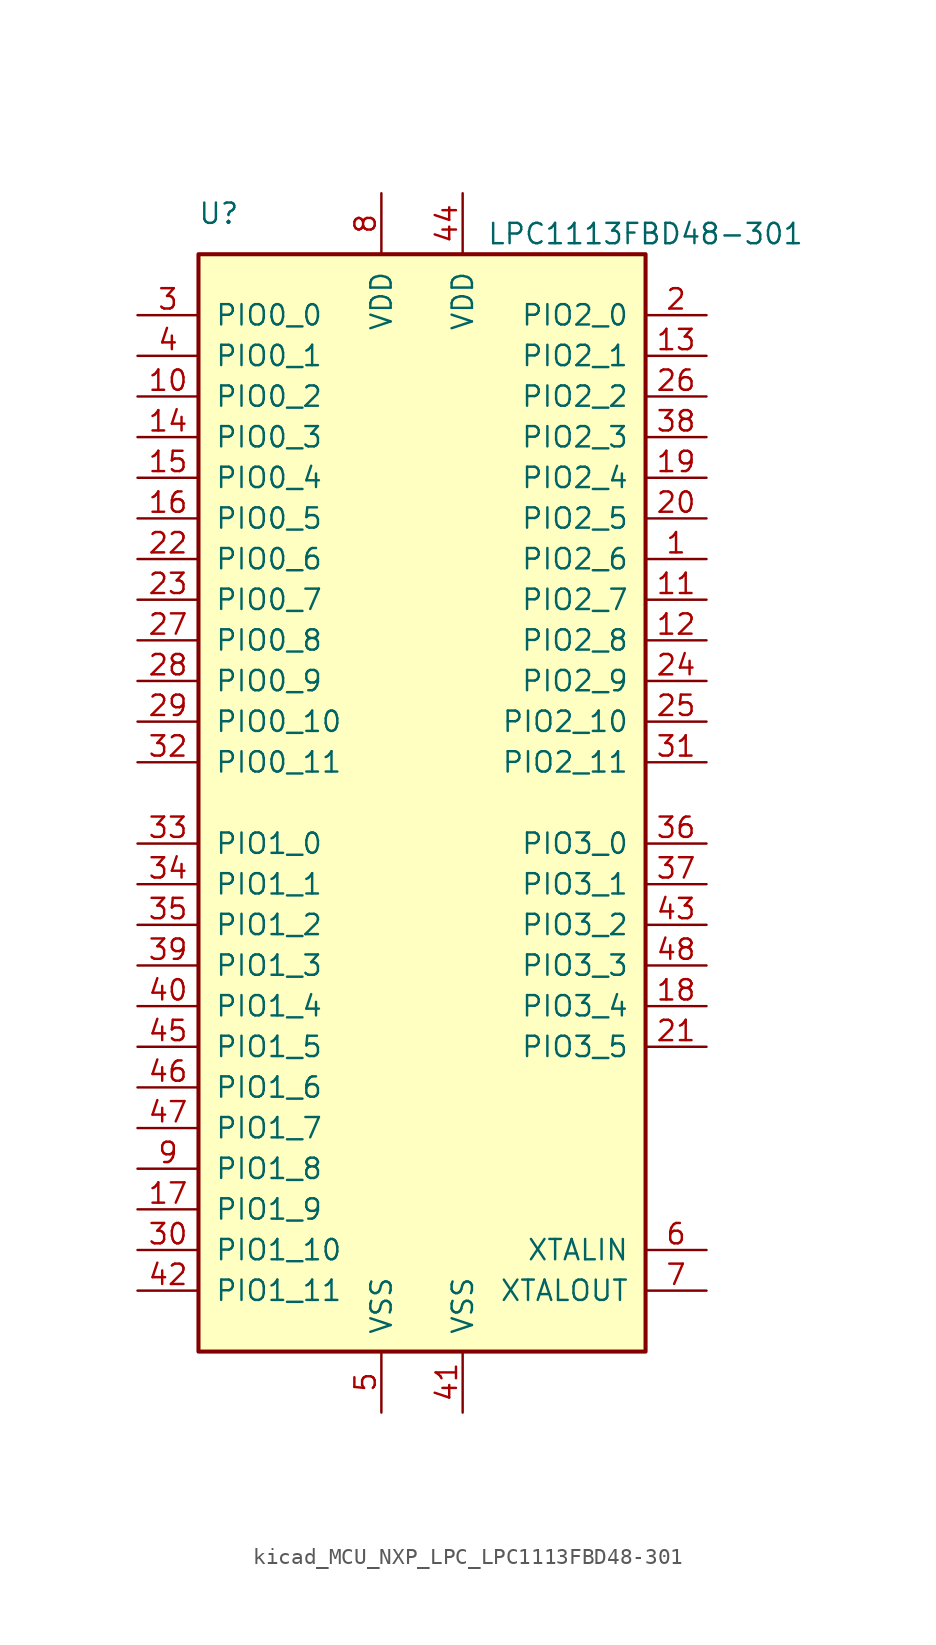
<source format=kicad_sym>
(kicad_symbol_lib
  (version 20220914)
  (generator kicad_symbol_editor)
  (symbol "kicad_MCU_NXP_LPC_LPC1113FBD48-301"
    (pin_names
      (offset 1.016))
    (property "Reference" "U"
      (at -12.7 36.83 0)
      (effects (font (size 1.27 1.27))))
    (property "Value" "LPC1113FBD48-301"
      (at 13.97 35.56 0)
      (effects (font (size 1.27 1.27))))
    (symbol "kicad_MCU_NXP_LPC_LPC1113FBD48-301_0_1"
      (rectangle (start -13.97 34.29) (end 13.97 -34.29) (stroke (width 0.254) (type default)) (fill (type background))))
    (symbol "kicad_MCU_NXP_LPC_LPC1113FBD48-301_1_1"
      (pin bidirectional line (at 17.78 15.24 180) (length 3.81) (name "PIO2_6" (effects (font (size 1.27 1.27)))) (number "1" (effects (font (size 1.27 1.27)))))
      (pin bidirectional line (at -17.78 25.4 0) (length 3.81) (name "PIO0_2" (effects (font (size 1.27 1.27)))) (number "10" (effects (font (size 1.27 1.27)))))
      (pin bidirectional line (at 17.78 12.7 180) (length 3.81) (name "PIO2_7" (effects (font (size 1.27 1.27)))) (number "11" (effects (font (size 1.27 1.27)))))
      (pin bidirectional line (at 17.78 10.16 180) (length 3.81) (name "PIO2_8" (effects (font (size 1.27 1.27)))) (number "12" (effects (font (size 1.27 1.27)))))
      (pin bidirectional line (at 17.78 27.94 180) (length 3.81) (name "PIO2_1" (effects (font (size 1.27 1.27)))) (number "13" (effects (font (size 1.27 1.27)))))
      (pin bidirectional line (at -17.78 22.86 0) (length 3.81) (name "PIO0_3" (effects (font (size 1.27 1.27)))) (number "14" (effects (font (size 1.27 1.27)))))
      (pin bidirectional line (at -17.78 20.32 0) (length 3.81) (name "PIO0_4" (effects (font (size 1.27 1.27)))) (number "15" (effects (font (size 1.27 1.27)))))
      (pin bidirectional line (at -17.78 17.78 0) (length 3.81) (name "PIO0_5" (effects (font (size 1.27 1.27)))) (number "16" (effects (font (size 1.27 1.27)))))
      (pin bidirectional line (at -17.78 -25.4 0) (length 3.81) (name "PIO1_9" (effects (font (size 1.27 1.27)))) (number "17" (effects (font (size 1.27 1.27)))))
      (pin bidirectional line (at 17.78 -12.7 180) (length 3.81) (name "PIO3_4" (effects (font (size 1.27 1.27)))) (number "18" (effects (font (size 1.27 1.27)))))
      (pin bidirectional line (at 17.78 20.32 180) (length 3.81) (name "PIO2_4" (effects (font (size 1.27 1.27)))) (number "19" (effects (font (size 1.27 1.27)))))
      (pin bidirectional line (at 17.78 30.48 180) (length 3.81) (name "PIO2_0" (effects (font (size 1.27 1.27)))) (number "2" (effects (font (size 1.27 1.27)))))
      (pin bidirectional line (at 17.78 17.78 180) (length 3.81) (name "PIO2_5" (effects (font (size 1.27 1.27)))) (number "20" (effects (font (size 1.27 1.27)))))
      (pin bidirectional line (at 17.78 -15.24 180) (length 3.81) (name "PIO3_5" (effects (font (size 1.27 1.27)))) (number "21" (effects (font (size 1.27 1.27)))))
      (pin bidirectional line (at -17.78 15.24 0) (length 3.81) (name "PIO0_6" (effects (font (size 1.27 1.27)))) (number "22" (effects (font (size 1.27 1.27)))))
      (pin bidirectional line (at -17.78 12.7 0) (length 3.81) (name "PIO0_7" (effects (font (size 1.27 1.27)))) (number "23" (effects (font (size 1.27 1.27)))))
      (pin bidirectional line (at 17.78 7.62 180) (length 3.81) (name "PIO2_9" (effects (font (size 1.27 1.27)))) (number "24" (effects (font (size 1.27 1.27)))))
      (pin bidirectional line (at 17.78 5.08 180) (length 3.81) (name "PIO2_10" (effects (font (size 1.27 1.27)))) (number "25" (effects (font (size 1.27 1.27)))))
      (pin bidirectional line (at 17.78 25.4 180) (length 3.81) (name "PIO2_2" (effects (font (size 1.27 1.27)))) (number "26" (effects (font (size 1.27 1.27)))))
      (pin bidirectional line (at -17.78 10.16 0) (length 3.81) (name "PIO0_8" (effects (font (size 1.27 1.27)))) (number "27" (effects (font (size 1.27 1.27)))))
      (pin bidirectional line (at -17.78 7.62 0) (length 3.81) (name "PIO0_9" (effects (font (size 1.27 1.27)))) (number "28" (effects (font (size 1.27 1.27)))))
      (pin bidirectional line (at -17.78 5.08 0) (length 3.81) (name "PIO0_10" (effects (font (size 1.27 1.27)))) (number "29" (effects (font (size 1.27 1.27)))))
      (pin bidirectional line (at -17.78 30.48 0) (length 3.81) (name "PIO0_0" (effects (font (size 1.27 1.27)))) (number "3" (effects (font (size 1.27 1.27)))))
      (pin bidirectional line (at -17.78 -27.94 0) (length 3.81) (name "PIO1_10" (effects (font (size 1.27 1.27)))) (number "30" (effects (font (size 1.27 1.27)))))
      (pin bidirectional line (at 17.78 2.54 180) (length 3.81) (name "PIO2_11" (effects (font (size 1.27 1.27)))) (number "31" (effects (font (size 1.27 1.27)))))
      (pin bidirectional line (at -17.78 2.54 0) (length 3.81) (name "PIO0_11" (effects (font (size 1.27 1.27)))) (number "32" (effects (font (size 1.27 1.27)))))
      (pin bidirectional line (at -17.78 -2.54 0) (length 3.81) (name "PIO1_0" (effects (font (size 1.27 1.27)))) (number "33" (effects (font (size 1.27 1.27)))))
      (pin bidirectional line (at -17.78 -5.08 0) (length 3.81) (name "PIO1_1" (effects (font (size 1.27 1.27)))) (number "34" (effects (font (size 1.27 1.27)))))
      (pin bidirectional line (at -17.78 -7.62 0) (length 3.81) (name "PIO1_2" (effects (font (size 1.27 1.27)))) (number "35" (effects (font (size 1.27 1.27)))))
      (pin bidirectional line (at 17.78 -2.54 180) (length 3.81) (name "PIO3_0" (effects (font (size 1.27 1.27)))) (number "36" (effects (font (size 1.27 1.27)))))
      (pin bidirectional line (at 17.78 -5.08 180) (length 3.81) (name "PIO3_1" (effects (font (size 1.27 1.27)))) (number "37" (effects (font (size 1.27 1.27)))))
      (pin bidirectional line (at 17.78 22.86 180) (length 3.81) (name "PIO2_3" (effects (font (size 1.27 1.27)))) (number "38" (effects (font (size 1.27 1.27)))))
      (pin bidirectional line (at -17.78 -10.16 0) (length 3.81) (name "PIO1_3" (effects (font (size 1.27 1.27)))) (number "39" (effects (font (size 1.27 1.27)))))
      (pin bidirectional line (at -17.78 27.94 0) (length 3.81) (name "PIO0_1" (effects (font (size 1.27 1.27)))) (number "4" (effects (font (size 1.27 1.27)))))
      (pin bidirectional line (at -17.78 -12.7 0) (length 3.81) (name "PIO1_4" (effects (font (size 1.27 1.27)))) (number "40" (effects (font (size 1.27 1.27)))))
      (pin power_in line (at 2.54 -38.1 90) (length 3.81) (name "VSS" (effects (font (size 1.27 1.27)))) (number "41" (effects (font (size 1.27 1.27)))))
      (pin bidirectional line (at -17.78 -30.48 0) (length 3.81) (name "PIO1_11" (effects (font (size 1.27 1.27)))) (number "42" (effects (font (size 1.27 1.27)))))
      (pin bidirectional line (at 17.78 -7.62 180) (length 3.81) (name "PIO3_2" (effects (font (size 1.27 1.27)))) (number "43" (effects (font (size 1.27 1.27)))))
      (pin power_in line (at 2.54 38.1 270) (length 3.81) (name "VDD" (effects (font (size 1.27 1.27)))) (number "44" (effects (font (size 1.27 1.27)))))
      (pin bidirectional line (at -17.78 -15.24 0) (length 3.81) (name "PIO1_5" (effects (font (size 1.27 1.27)))) (number "45" (effects (font (size 1.27 1.27)))))
      (pin bidirectional line (at -17.78 -17.78 0) (length 3.81) (name "PIO1_6" (effects (font (size 1.27 1.27)))) (number "46" (effects (font (size 1.27 1.27)))))
      (pin bidirectional line (at -17.78 -20.32 0) (length 3.81) (name "PIO1_7" (effects (font (size 1.27 1.27)))) (number "47" (effects (font (size 1.27 1.27)))))
      (pin bidirectional line (at 17.78 -10.16 180) (length 3.81) (name "PIO3_3" (effects (font (size 1.27 1.27)))) (number "48" (effects (font (size 1.27 1.27)))))
      (pin power_in line (at -2.54 -38.1 90) (length 3.81) (name "VSS" (effects (font (size 1.27 1.27)))) (number "5" (effects (font (size 1.27 1.27)))))
      (pin input line (at 17.78 -27.94 180) (length 3.81) (name "XTALIN" (effects (font (size 1.27 1.27)))) (number "6" (effects (font (size 1.27 1.27)))))
      (pin output line (at 17.78 -30.48 180) (length 3.81) (name "XTALOUT" (effects (font (size 1.27 1.27)))) (number "7" (effects (font (size 1.27 1.27)))))
      (pin power_in line (at -2.54 38.1 270) (length 3.81) (name "VDD" (effects (font (size 1.27 1.27)))) (number "8" (effects (font (size 1.27 1.27)))))
      (pin bidirectional line (at -17.78 -22.86 0) (length 3.81) (name "PIO1_8" (effects (font (size 1.27 1.27)))) (number "9" (effects (font (size 1.27 1.27))))))))
</source>
